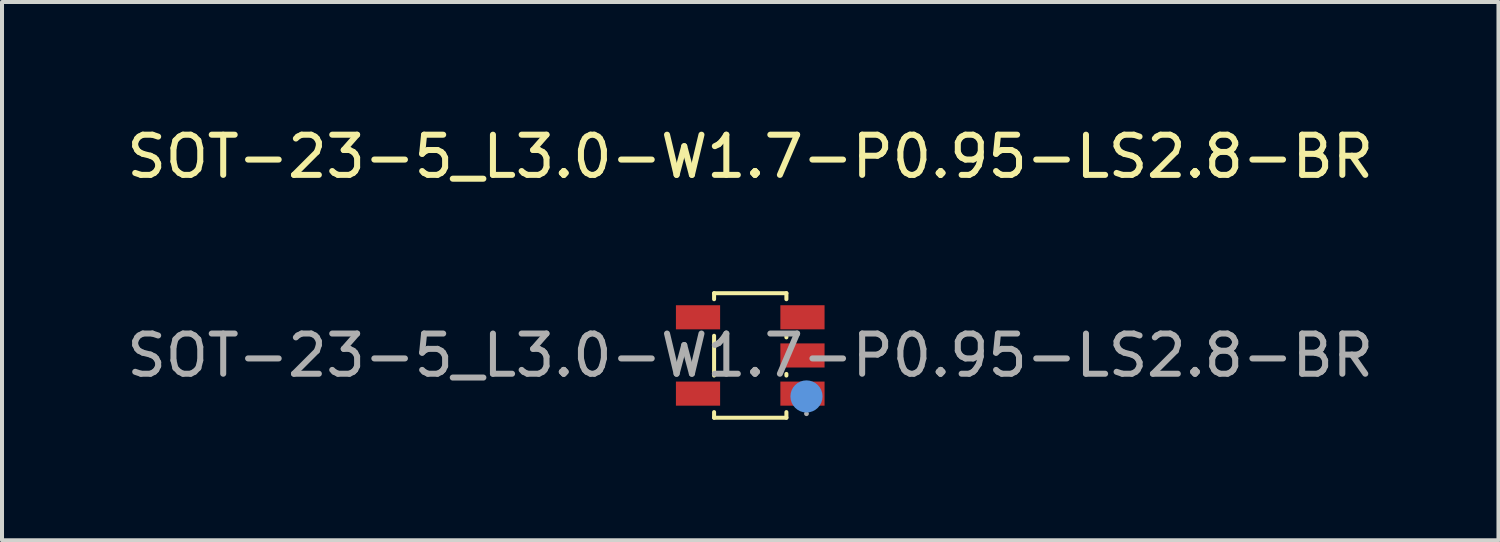
<source format=kicad_pcb>
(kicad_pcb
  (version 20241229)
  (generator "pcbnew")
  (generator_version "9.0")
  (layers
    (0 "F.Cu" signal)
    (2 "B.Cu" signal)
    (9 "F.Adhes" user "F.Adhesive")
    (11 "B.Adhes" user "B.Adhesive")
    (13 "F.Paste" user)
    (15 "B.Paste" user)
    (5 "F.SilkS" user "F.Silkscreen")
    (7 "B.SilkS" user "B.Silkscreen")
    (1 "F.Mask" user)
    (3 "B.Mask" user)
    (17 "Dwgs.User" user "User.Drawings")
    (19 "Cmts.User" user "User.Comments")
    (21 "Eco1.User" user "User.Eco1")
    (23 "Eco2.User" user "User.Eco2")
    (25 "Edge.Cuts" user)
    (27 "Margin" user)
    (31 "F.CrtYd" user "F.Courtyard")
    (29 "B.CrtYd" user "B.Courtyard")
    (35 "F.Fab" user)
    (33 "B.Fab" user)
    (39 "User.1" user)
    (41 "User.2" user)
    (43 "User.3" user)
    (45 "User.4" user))
  (footprint "SOT-23-5_L3.0-W1.7-P0.95-LS2.8-BR"
    (layer "F.Cu")
    (at 15.625 5.798)
    (property "Reference" "SOT-23-5_L3.0-W1.7-P0.95-LS2.8-BR" (at 0 -4.95 0) (layer "F.SilkS") (effects (font (size 1 1) (thickness 0.15))))
    (attr smd)
    (fp_line (start -0.9 -1.55) (end -0.9 -1.4) (stroke (width 0.1) (type solid)) (layer "F.SilkS"))
    (fp_line (start -0.9 -1.55) (end 0.9 -1.55) (stroke (width 0.1) (type solid)) (layer "F.SilkS"))
    (fp_line (start -0.9 -0.49) (end -0.9 0.5) (stroke (width 0.1) (type solid)) (layer "F.SilkS"))
    (fp_line (start -0.9 1.41) (end -0.9 1.55) (stroke (width 0.1) (type solid)) (layer "F.SilkS"))
    (fp_line (start -0.9 1.55) (end 0.9 1.55) (stroke (width 0.1) (type solid)) (layer "F.SilkS"))
    (fp_line (start 0.9 -1.55) (end 0.9 -1.4) (stroke (width 0.1) (type solid)) (layer "F.SilkS"))
    (fp_line (start 0.9 -0.49) (end 0.9 -0.45) (stroke (width 0.1) (type solid)) (layer "F.SilkS"))
    (fp_line (start 0.9 0.46) (end 0.9 0.5) (stroke (width 0.1) (type solid)) (layer "F.SilkS"))
    (fp_line (start 0.9 1.41) (end 0.9 1.55) (stroke (width 0.1) (type solid)) (layer "F.SilkS"))
    (fp_circle (center 1.4 1.02) (end 1.6 1.02) (stroke (width 0.4) (type solid)) (fill no) (layer "Cmts.User"))
    (fp_circle (center 1.4 1.45) (end 1.43 1.45) (stroke (width 0.06) (type solid)) (fill no) (layer "F.Fab"))
    (fp_text user "${REFERENCE}" (at 0 0 0) (layer "F.Fab") (effects (font (size 1 1) (thickness 0.15))))
    (pad "1" smd rect (at 1.3 0.95) (size 1.1 0.6) (layers "F.Cu" "F.Mask" "F.Paste"))
    (pad "2" smd rect (at 1.3 0) (size 1.1 0.6) (layers "F.Cu" "F.Mask" "F.Paste"))
    (pad "3" smd rect (at 1.3 -0.95) (size 1.1 0.6) (layers "F.Cu" "F.Mask" "F.Paste"))
    (pad "4" smd rect (at -1.3 -0.95) (size 1.1 0.6) (layers "F.Cu" "F.Mask" "F.Paste"))
    (pad "5" smd rect (at -1.3 0.95) (size 1.1 0.6) (layers "F.Cu" "F.Mask" "F.Paste")))
  (gr_rect
    (start -3 -3)
    (end 34.25 10.398)
    (stroke (width 0.1) (type default))
    (fill no)
    (layer "Edge.Cuts")))
</source>
